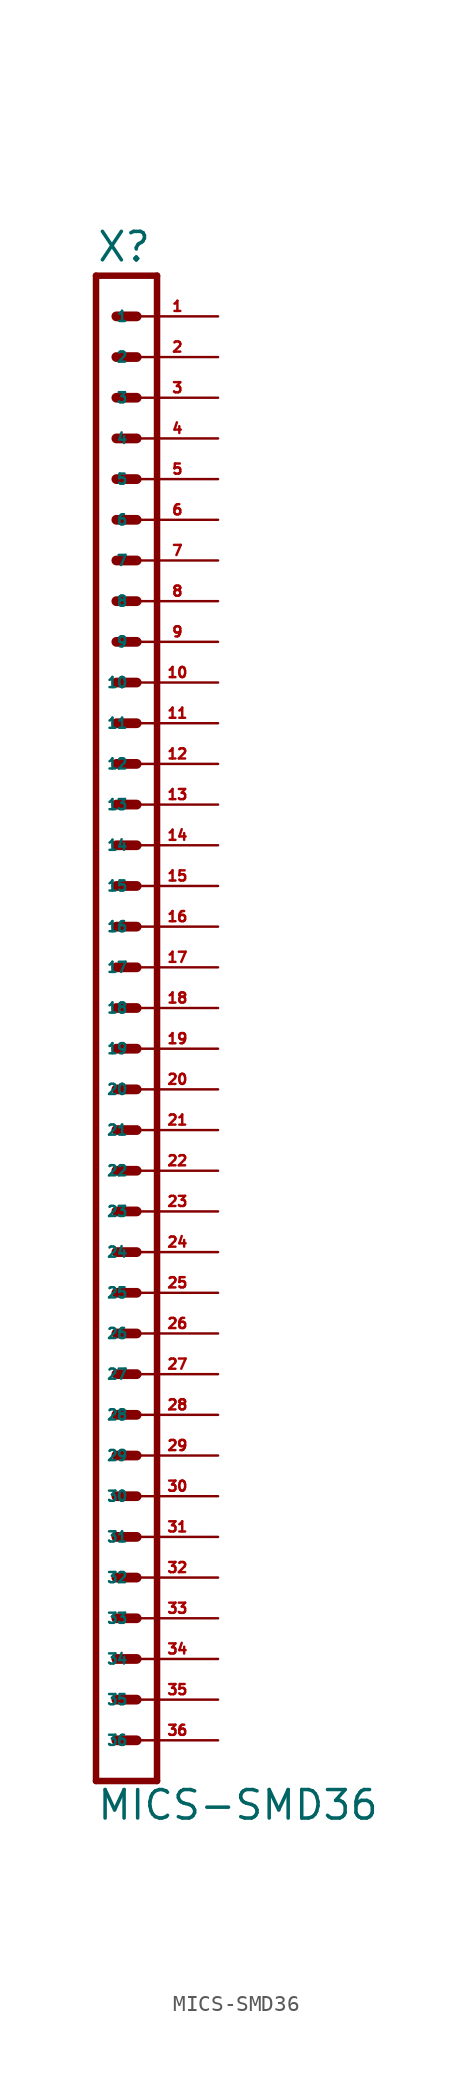
<source format=kicad_sym>
(kicad_symbol_lib
  (version 20220914)
  (generator Eagle2Kicad)
  (symbol "MICS-SMD36"
    (property "Reference" "X"
      (at -2.54 46.482 0)
      (effects (font (size 1.778 1.778) (thickness 0.22)) (justify left bottom)))
    (property "Value" "MICS-SMD36"
      (at -2.54 -50.8 0)
      (effects (font (size 1.778 1.778) (thickness 0.22)) (justify left bottom)))
    (polyline
      (pts (xy 1.27 -48.26) (xy -2.54 -48.26))
      (stroke (width 0.406) (type default))
      (fill (type none)))
    (polyline
      (pts (xy -1.27 40.64) (xy 0 40.64))
      (stroke (width 0.61) (type default))
      (fill (type none)))
    (polyline
      (pts (xy -1.27 38.1) (xy 0 38.1))
      (stroke (width 0.61) (type default))
      (fill (type none)))
    (polyline
      (pts (xy -1.27 35.56) (xy 0 35.56))
      (stroke (width 0.61) (type default))
      (fill (type none)))
    (polyline
      (pts (xy -2.54 45.72) (xy -2.54 -48.26))
      (stroke (width 0.406) (type default))
      (fill (type none)))
    (polyline
      (pts (xy 1.27 -48.26) (xy 1.27 45.72))
      (stroke (width 0.406) (type default))
      (fill (type none)))
    (polyline
      (pts (xy -2.54 45.72) (xy 1.27 45.72))
      (stroke (width 0.406) (type default))
      (fill (type none)))
    (polyline
      (pts (xy -1.27 43.18) (xy 0 43.18))
      (stroke (width 0.61) (type default))
      (fill (type none)))
    (polyline
      (pts (xy -1.27 33.02) (xy 0 33.02))
      (stroke (width 0.61) (type default))
      (fill (type none)))
    (polyline
      (pts (xy -1.27 30.48) (xy 0 30.48))
      (stroke (width 0.61) (type default))
      (fill (type none)))
    (polyline
      (pts (xy -1.27 27.94) (xy 0 27.94))
      (stroke (width 0.61) (type default))
      (fill (type none)))
    (polyline
      (pts (xy -1.27 25.4) (xy 0 25.4))
      (stroke (width 0.61) (type default))
      (fill (type none)))
    (polyline
      (pts (xy -1.27 22.86) (xy 0 22.86))
      (stroke (width 0.61) (type default))
      (fill (type none)))
    (polyline
      (pts (xy -1.27 20.32) (xy 0 20.32))
      (stroke (width 0.61) (type default))
      (fill (type none)))
    (polyline
      (pts (xy -1.27 17.78) (xy 0 17.78))
      (stroke (width 0.61) (type default))
      (fill (type none)))
    (polyline
      (pts (xy -1.27 15.24) (xy 0 15.24))
      (stroke (width 0.61) (type default))
      (fill (type none)))
    (polyline
      (pts (xy -1.27 12.7) (xy 0 12.7))
      (stroke (width 0.61) (type default))
      (fill (type none)))
    (polyline
      (pts (xy -1.27 10.16) (xy 0 10.16))
      (stroke (width 0.61) (type default))
      (fill (type none)))
    (polyline
      (pts (xy -1.27 7.62) (xy 0 7.62))
      (stroke (width 0.61) (type default))
      (fill (type none)))
    (polyline
      (pts (xy -1.27 5.08) (xy 0 5.08))
      (stroke (width 0.61) (type default))
      (fill (type none)))
    (polyline
      (pts (xy -1.27 2.54) (xy 0 2.54))
      (stroke (width 0.61) (type default))
      (fill (type none)))
    (polyline
      (pts (xy -1.27 0) (xy 0 0))
      (stroke (width 0.61) (type default))
      (fill (type none)))
    (polyline
      (pts (xy -1.27 -2.54) (xy 0 -2.54))
      (stroke (width 0.61) (type default))
      (fill (type none)))
    (polyline
      (pts (xy -1.27 -5.08) (xy 0 -5.08))
      (stroke (width 0.61) (type default))
      (fill (type none)))
    (polyline
      (pts (xy -1.27 -7.62) (xy 0 -7.62))
      (stroke (width 0.61) (type default))
      (fill (type none)))
    (polyline
      (pts (xy -1.27 -10.16) (xy 0 -10.16))
      (stroke (width 0.61) (type default))
      (fill (type none)))
    (polyline
      (pts (xy -1.27 -12.7) (xy 0 -12.7))
      (stroke (width 0.61) (type default))
      (fill (type none)))
    (polyline
      (pts (xy -1.27 -15.24) (xy 0 -15.24))
      (stroke (width 0.61) (type default))
      (fill (type none)))
    (polyline
      (pts (xy -1.27 -17.78) (xy 0 -17.78))
      (stroke (width 0.61) (type default))
      (fill (type none)))
    (polyline
      (pts (xy -1.27 -20.32) (xy 0 -20.32))
      (stroke (width 0.61) (type default))
      (fill (type none)))
    (polyline
      (pts (xy -1.27 -22.86) (xy 0 -22.86))
      (stroke (width 0.61) (type default))
      (fill (type none)))
    (polyline
      (pts (xy -1.27 -25.4) (xy 0 -25.4))
      (stroke (width 0.61) (type default))
      (fill (type none)))
    (polyline
      (pts (xy -1.27 -27.94) (xy 0 -27.94))
      (stroke (width 0.61) (type default))
      (fill (type none)))
    (polyline
      (pts (xy -1.27 -30.48) (xy 0 -30.48))
      (stroke (width 0.61) (type default))
      (fill (type none)))
    (polyline
      (pts (xy -1.27 -33.02) (xy 0 -33.02))
      (stroke (width 0.61) (type default))
      (fill (type none)))
    (polyline
      (pts (xy -1.27 -35.56) (xy 0 -35.56))
      (stroke (width 0.61) (type default))
      (fill (type none)))
    (polyline
      (pts (xy -1.27 -38.1) (xy 0 -38.1))
      (stroke (width 0.61) (type default))
      (fill (type none)))
    (polyline
      (pts (xy -1.27 -40.64) (xy 0 -40.64))
      (stroke (width 0.61) (type default))
      (fill (type none)))
    (polyline
      (pts (xy -1.27 -43.18) (xy 0 -43.18))
      (stroke (width 0.61) (type default))
      (fill (type none)))
    (polyline
      (pts (xy -1.27 -45.72) (xy 0 -45.72))
      (stroke (width 0.61) (type default))
      (fill (type none)))
    (pin passive line
      (at 5.08 43.18 180)
      (length 5.08)
      (name "1" (effects (font (size 0.635 0.635) (thickness 0.08)) (justify left bottom)))
      (number "1" (effects (font (size 0.635 0.635) (thickness 0.08)) (justify left bottom))))
    (pin passive line
      (at 5.08 40.64 180)
      (length 5.08)
      (name "2" (effects (font (size 0.635 0.635) (thickness 0.08)) (justify left bottom)))
      (number "2" (effects (font (size 0.635 0.635) (thickness 0.08)) (justify left bottom))))
    (pin passive line
      (at 5.08 38.1 180)
      (length 5.08)
      (name "3" (effects (font (size 0.635 0.635) (thickness 0.08)) (justify left bottom)))
      (number "3" (effects (font (size 0.635 0.635) (thickness 0.08)) (justify left bottom))))
    (pin passive line
      (at 5.08 35.56 180)
      (length 5.08)
      (name "4" (effects (font (size 0.635 0.635) (thickness 0.08)) (justify left bottom)))
      (number "4" (effects (font (size 0.635 0.635) (thickness 0.08)) (justify left bottom))))
    (pin passive line
      (at 5.08 33.02 180)
      (length 5.08)
      (name "5" (effects (font (size 0.635 0.635) (thickness 0.08)) (justify left bottom)))
      (number "5" (effects (font (size 0.635 0.635) (thickness 0.08)) (justify left bottom))))
    (pin passive line
      (at 5.08 30.48 180)
      (length 5.08)
      (name "6" (effects (font (size 0.635 0.635) (thickness 0.08)) (justify left bottom)))
      (number "6" (effects (font (size 0.635 0.635) (thickness 0.08)) (justify left bottom))))
    (pin passive line
      (at 5.08 27.94 180)
      (length 5.08)
      (name "7" (effects (font (size 0.635 0.635) (thickness 0.08)) (justify left bottom)))
      (number "7" (effects (font (size 0.635 0.635) (thickness 0.08)) (justify left bottom))))
    (pin passive line
      (at 5.08 25.4 180)
      (length 5.08)
      (name "8" (effects (font (size 0.635 0.635) (thickness 0.08)) (justify left bottom)))
      (number "8" (effects (font (size 0.635 0.635) (thickness 0.08)) (justify left bottom))))
    (pin passive line
      (at 5.08 22.86 180)
      (length 5.08)
      (name "9" (effects (font (size 0.635 0.635) (thickness 0.08)) (justify left bottom)))
      (number "9" (effects (font (size 0.635 0.635) (thickness 0.08)) (justify left bottom))))
    (pin passive line
      (at 5.08 20.32 180)
      (length 5.08)
      (name "10" (effects (font (size 0.635 0.635) (thickness 0.08)) (justify left bottom)))
      (number "10" (effects (font (size 0.635 0.635) (thickness 0.08)) (justify left bottom))))
    (pin passive line
      (at 5.08 17.78 180)
      (length 5.08)
      (name "11" (effects (font (size 0.635 0.635) (thickness 0.08)) (justify left bottom)))
      (number "11" (effects (font (size 0.635 0.635) (thickness 0.08)) (justify left bottom))))
    (pin passive line
      (at 5.08 15.24 180)
      (length 5.08)
      (name "12" (effects (font (size 0.635 0.635) (thickness 0.08)) (justify left bottom)))
      (number "12" (effects (font (size 0.635 0.635) (thickness 0.08)) (justify left bottom))))
    (pin passive line
      (at 5.08 12.7 180)
      (length 5.08)
      (name "13" (effects (font (size 0.635 0.635) (thickness 0.08)) (justify left bottom)))
      (number "13" (effects (font (size 0.635 0.635) (thickness 0.08)) (justify left bottom))))
    (pin passive line
      (at 5.08 10.16 180)
      (length 5.08)
      (name "14" (effects (font (size 0.635 0.635) (thickness 0.08)) (justify left bottom)))
      (number "14" (effects (font (size 0.635 0.635) (thickness 0.08)) (justify left bottom))))
    (pin passive line
      (at 5.08 7.62 180)
      (length 5.08)
      (name "15" (effects (font (size 0.635 0.635) (thickness 0.08)) (justify left bottom)))
      (number "15" (effects (font (size 0.635 0.635) (thickness 0.08)) (justify left bottom))))
    (pin passive line
      (at 5.08 5.08 180)
      (length 5.08)
      (name "16" (effects (font (size 0.635 0.635) (thickness 0.08)) (justify left bottom)))
      (number "16" (effects (font (size 0.635 0.635) (thickness 0.08)) (justify left bottom))))
    (pin passive line
      (at 5.08 2.54 180)
      (length 5.08)
      (name "17" (effects (font (size 0.635 0.635) (thickness 0.08)) (justify left bottom)))
      (number "17" (effects (font (size 0.635 0.635) (thickness 0.08)) (justify left bottom))))
    (pin passive line
      (at 5.08 0 180)
      (length 5.08)
      (name "18" (effects (font (size 0.635 0.635) (thickness 0.08)) (justify left bottom)))
      (number "18" (effects (font (size 0.635 0.635) (thickness 0.08)) (justify left bottom))))
    (pin passive line
      (at 5.08 -2.54 180)
      (length 5.08)
      (name "19" (effects (font (size 0.635 0.635) (thickness 0.08)) (justify left bottom)))
      (number "19" (effects (font (size 0.635 0.635) (thickness 0.08)) (justify left bottom))))
    (pin passive line
      (at 5.08 -5.08 180)
      (length 5.08)
      (name "20" (effects (font (size 0.635 0.635) (thickness 0.08)) (justify left bottom)))
      (number "20" (effects (font (size 0.635 0.635) (thickness 0.08)) (justify left bottom))))
    (pin passive line
      (at 5.08 -7.62 180)
      (length 5.08)
      (name "21" (effects (font (size 0.635 0.635) (thickness 0.08)) (justify left bottom)))
      (number "21" (effects (font (size 0.635 0.635) (thickness 0.08)) (justify left bottom))))
    (pin passive line
      (at 5.08 -10.16 180)
      (length 5.08)
      (name "22" (effects (font (size 0.635 0.635) (thickness 0.08)) (justify left bottom)))
      (number "22" (effects (font (size 0.635 0.635) (thickness 0.08)) (justify left bottom))))
    (pin passive line
      (at 5.08 -12.7 180)
      (length 5.08)
      (name "23" (effects (font (size 0.635 0.635) (thickness 0.08)) (justify left bottom)))
      (number "23" (effects (font (size 0.635 0.635) (thickness 0.08)) (justify left bottom))))
    (pin passive line
      (at 5.08 -15.24 180)
      (length 5.08)
      (name "24" (effects (font (size 0.635 0.635) (thickness 0.08)) (justify left bottom)))
      (number "24" (effects (font (size 0.635 0.635) (thickness 0.08)) (justify left bottom))))
    (pin passive line
      (at 5.08 -17.78 180)
      (length 5.08)
      (name "25" (effects (font (size 0.635 0.635) (thickness 0.08)) (justify left bottom)))
      (number "25" (effects (font (size 0.635 0.635) (thickness 0.08)) (justify left bottom))))
    (pin passive line
      (at 5.08 -20.32 180)
      (length 5.08)
      (name "26" (effects (font (size 0.635 0.635) (thickness 0.08)) (justify left bottom)))
      (number "26" (effects (font (size 0.635 0.635) (thickness 0.08)) (justify left bottom))))
    (pin passive line
      (at 5.08 -22.86 180)
      (length 5.08)
      (name "27" (effects (font (size 0.635 0.635) (thickness 0.08)) (justify left bottom)))
      (number "27" (effects (font (size 0.635 0.635) (thickness 0.08)) (justify left bottom))))
    (pin passive line
      (at 5.08 -25.4 180)
      (length 5.08)
      (name "28" (effects (font (size 0.635 0.635) (thickness 0.08)) (justify left bottom)))
      (number "28" (effects (font (size 0.635 0.635) (thickness 0.08)) (justify left bottom))))
    (pin passive line
      (at 5.08 -27.94 180)
      (length 5.08)
      (name "29" (effects (font (size 0.635 0.635) (thickness 0.08)) (justify left bottom)))
      (number "29" (effects (font (size 0.635 0.635) (thickness 0.08)) (justify left bottom))))
    (pin passive line
      (at 5.08 -30.48 180)
      (length 5.08)
      (name "30" (effects (font (size 0.635 0.635) (thickness 0.08)) (justify left bottom)))
      (number "30" (effects (font (size 0.635 0.635) (thickness 0.08)) (justify left bottom))))
    (pin passive line
      (at 5.08 -33.02 180)
      (length 5.08)
      (name "31" (effects (font (size 0.635 0.635) (thickness 0.08)) (justify left bottom)))
      (number "31" (effects (font (size 0.635 0.635) (thickness 0.08)) (justify left bottom))))
    (pin passive line
      (at 5.08 -35.56 180)
      (length 5.08)
      (name "32" (effects (font (size 0.635 0.635) (thickness 0.08)) (justify left bottom)))
      (number "32" (effects (font (size 0.635 0.635) (thickness 0.08)) (justify left bottom))))
    (pin passive line
      (at 5.08 -38.1 180)
      (length 5.08)
      (name "33" (effects (font (size 0.635 0.635) (thickness 0.08)) (justify left bottom)))
      (number "33" (effects (font (size 0.635 0.635) (thickness 0.08)) (justify left bottom))))
    (pin passive line
      (at 5.08 -40.64 180)
      (length 5.08)
      (name "34" (effects (font (size 0.635 0.635) (thickness 0.08)) (justify left bottom)))
      (number "34" (effects (font (size 0.635 0.635) (thickness 0.08)) (justify left bottom))))
    (pin passive line
      (at 5.08 -43.18 180)
      (length 5.08)
      (name "35" (effects (font (size 0.635 0.635) (thickness 0.08)) (justify left bottom)))
      (number "35" (effects (font (size 0.635 0.635) (thickness 0.08)) (justify left bottom))))
    (pin passive line
      (at 5.08 -45.72 180)
      (length 5.08)
      (name "36" (effects (font (size 0.635 0.635) (thickness 0.08)) (justify left bottom)))
      (number "36" (effects (font (size 0.635 0.635) (thickness 0.08)) (justify left bottom))))))
</source>
